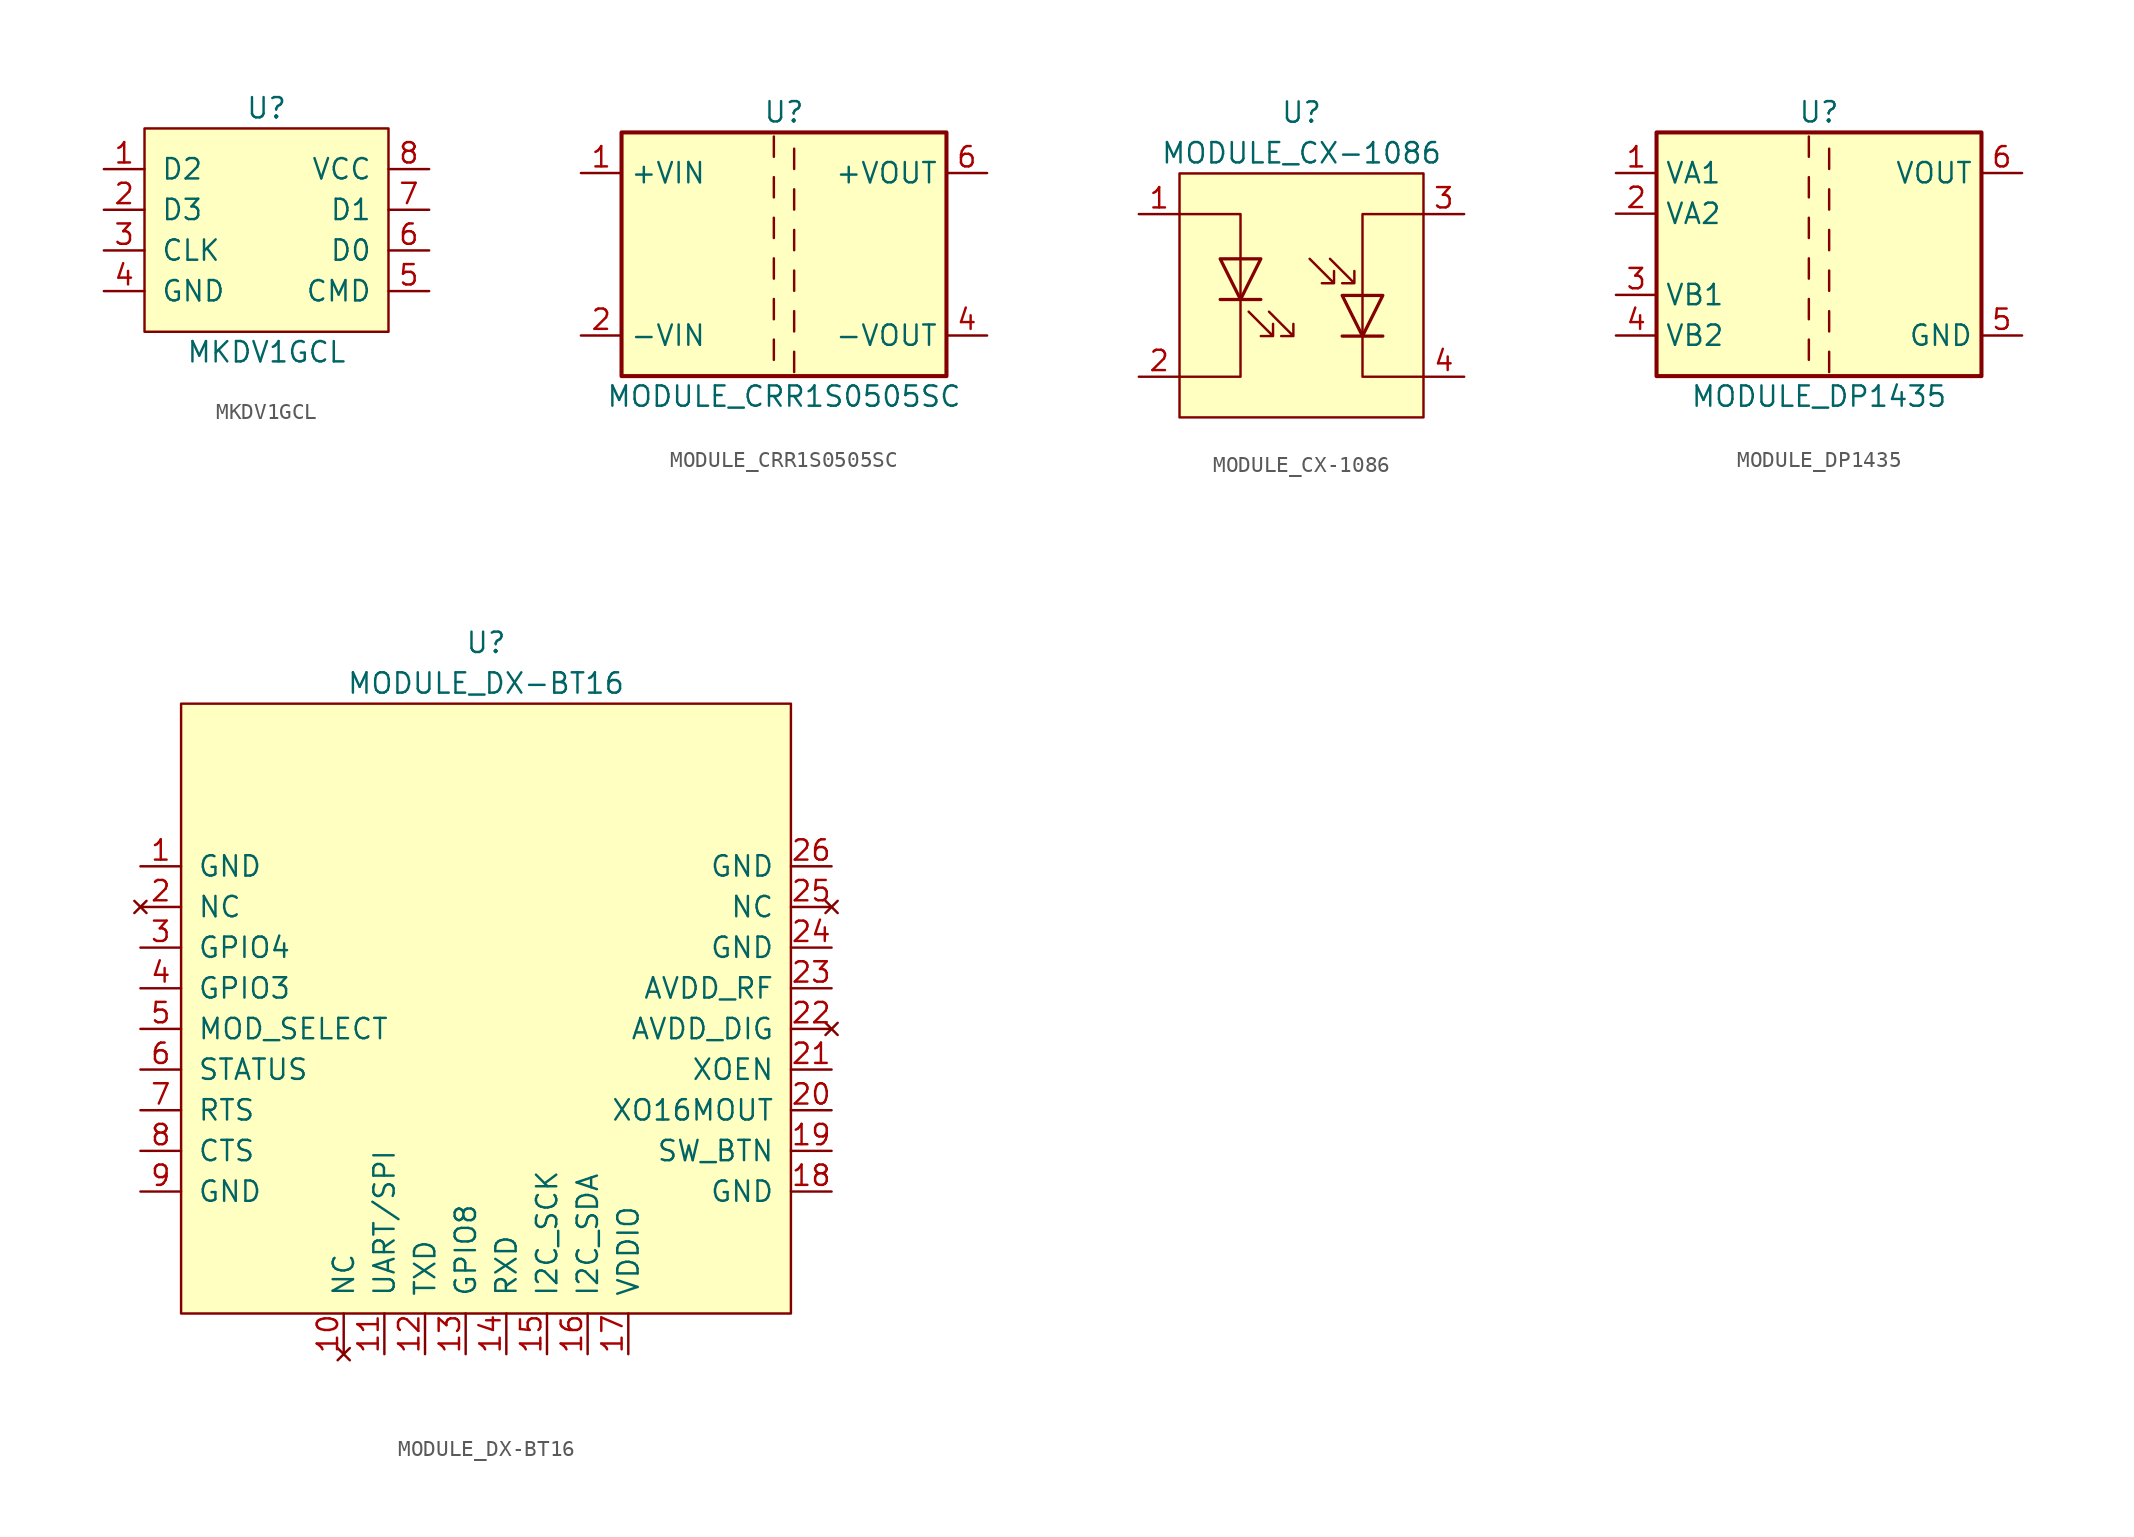
<source format=kicad_sym>
(kicad_symbol_lib
  (version 20211014)
  (generator kicad_symbol_editor)
  (symbol "MKDV1GCL"
    (pin_names
      (offset 1.016))
    (property "Reference" "U"
      (at 0 7.62 0)
      (effects (font (size 1.27 1.27))))
    (property "Value" "MKDV1GCL"
      (at 0 -7.62 0)
      (effects (font (size 1.27 1.27))))
    (symbol "MKDV1GCL_0_1"
      (rectangle (start 7.62 6.35) (end -7.62 -6.35) (stroke (width 0) (type default) (color 0 0 0 0)) (fill (type background))))
    (symbol "MKDV1GCL_1_1"
      (pin bidirectional line (at -10.16 3.81 0) (length 2.54) (name "D2" (effects (font (size 1.27 1.27)))) (number "1" (effects (font (size 1.27 1.27)))))
      (pin bidirectional line (at -10.16 1.27 0) (length 2.54) (name "D3" (effects (font (size 1.27 1.27)))) (number "2" (effects (font (size 1.27 1.27)))))
      (pin input line (at -10.16 -1.27 0) (length 2.54) (name "CLK" (effects (font (size 1.27 1.27)))) (number "3" (effects (font (size 1.27 1.27)))))
      (pin power_in line (at -10.16 -3.81 0) (length 2.54) (name "GND" (effects (font (size 1.27 1.27)))) (number "4" (effects (font (size 1.27 1.27)))))
      (pin bidirectional line (at 10.16 -3.81 180) (length 2.54) (name "CMD" (effects (font (size 1.27 1.27)))) (number "5" (effects (font (size 1.27 1.27)))))
      (pin bidirectional line (at 10.16 -1.27 180) (length 2.54) (name "D0" (effects (font (size 1.27 1.27)))) (number "6" (effects (font (size 1.27 1.27)))))
      (pin input line (at 10.16 1.27 180) (length 2.54) (name "D1" (effects (font (size 1.27 1.27)))) (number "7" (effects (font (size 1.27 1.27)))))
      (pin power_in line (at 10.16 3.81 180) (length 2.54) (name "VCC" (effects (font (size 1.27 1.27)))) (number "8" (effects (font (size 1.27 1.27)))))))
  (symbol "MODULE_CRR1S0505SC"
    (property "Reference" "U"
      (at 0 8.89 0)
      (effects (font (size 1.27 1.27))))
    (property "Value" "MODULE_CRR1S0505SC"
      (at 0 -8.89 0)
      (effects (font (size 1.27 1.27))))
    (symbol "MODULE_CRR1S0505SC_0_1"
      (rectangle (start -10.16 7.62) (end 10.16 -7.62) (stroke (width 0.254) (type default) (color 0 0 0 0)) (fill (type background)))
      (polyline (pts (xy -0.635 -5.334) (xy -0.635 -6.604)) (stroke (width 0) (type default) (color 0 0 0 0)) (fill (type none)))
      (polyline (pts (xy -0.635 -2.794) (xy -0.635 -4.064)) (stroke (width 0) (type default) (color 0 0 0 0)) (fill (type none)))
      (polyline (pts (xy -0.635 -0.254) (xy -0.635 -1.524)) (stroke (width 0) (type default) (color 0 0 0 0)) (fill (type none)))
      (polyline (pts (xy -0.635 2.286) (xy -0.635 1.016)) (stroke (width 0) (type default) (color 0 0 0 0)) (fill (type none)))
      (polyline (pts (xy -0.635 4.826) (xy -0.635 3.556)) (stroke (width 0) (type default) (color 0 0 0 0)) (fill (type none)))
      (polyline (pts (xy -0.635 7.366) (xy -0.635 6.096)) (stroke (width 0) (type default) (color 0 0 0 0)) (fill (type none)))
      (polyline (pts (xy 0.635 -7.366) (xy 0.635 -6.096)) (stroke (width 0) (type default) (color 0 0 0 0)) (fill (type none)))
      (polyline (pts (xy 0.635 -4.826) (xy 0.635 -3.556)) (stroke (width 0) (type default) (color 0 0 0 0)) (fill (type none)))
      (polyline (pts (xy 0.635 -2.286) (xy 0.635 -1.016)) (stroke (width 0) (type default) (color 0 0 0 0)) (fill (type none)))
      (polyline (pts (xy 0.635 0.254) (xy 0.635 1.524)) (stroke (width 0) (type default) (color 0 0 0 0)) (fill (type none)))
      (polyline (pts (xy 0.635 2.794) (xy 0.635 4.064)) (stroke (width 0) (type default) (color 0 0 0 0)) (fill (type none)))
      (polyline (pts (xy 0.635 5.334) (xy 0.635 6.604)) (stroke (width 0) (type default) (color 0 0 0 0)) (fill (type none))))
    (symbol "MODULE_CRR1S0505SC_1_1"
      (pin power_in line (at -12.7 5.08 0) (length 2.54) (name "+VIN" (effects (font (size 1.27 1.27)))) (number "1" (effects (font (size 1.27 1.27)))))
      (pin power_in line (at -12.7 -5.08 0) (length 2.54) (name "-VIN" (effects (font (size 1.27 1.27)))) (number "2" (effects (font (size 1.27 1.27)))))
      (pin power_out line (at 12.7 -5.08 180) (length 2.54) (name "-VOUT" (effects (font (size 1.27 1.27)))) (number "4" (effects (font (size 1.27 1.27)))))
      (pin power_out line (at 12.7 5.08 180) (length 2.54) (name "+VOUT" (effects (font (size 1.27 1.27)))) (number "6" (effects (font (size 1.27 1.27)))))))
  (symbol "MODULE_CX-1086"
    (pin_names
      (offset 0.025) hide)
    (property "Reference" "U"
      (at 0 11.43 0)
      (effects (font (size 1.27 1.27))))
    (property "Value" "MODULE_CX-1086"
      (at 0 8.89 0)
      (effects (font (size 1.27 1.27))))
    (symbol "MODULE_CX-1086_0_1"
      (rectangle (start -7.62 7.62) (end 7.62 -7.62) (stroke (width 0) (type default) (color 0 0 0 0)) (fill (type background)))
      (polyline (pts (xy -7.62 -5.08) (xy -3.81 -5.08) (xy -3.81 -0.254)) (stroke (width 0) (type default) (color 0 0 0 0)) (fill (type none)))
      (polyline (pts (xy -7.62 5.08) (xy -3.81 5.08) (xy -3.81 2.286)) (stroke (width 0) (type default) (color 0 0 0 0)) (fill (type none)))
      (polyline (pts (xy 7.62 -5.08) (xy 3.81 -5.08) (xy 3.81 -2.54)) (stroke (width 0) (type default) (color 0 0 0 0)) (fill (type none)))
      (polyline (pts (xy 7.62 5.08) (xy 3.81 5.08) (xy 3.81 0)) (stroke (width 0) (type default) (color 0 0 0 0)) (fill (type none))))
    (symbol "MODULE_CX-1086_1_1"
      (polyline (pts (xy -3.81 -0.254) (xy -3.81 2.286)) (stroke (width 0) (type default) (color 0 0 0 0)) (fill (type none)))
      (polyline (pts (xy -2.54 -0.254) (xy -5.08 -0.254)) (stroke (width 0.203) (type default) (color 0 0 0 0)) (fill (type none)))
      (polyline (pts (xy 3.81 -2.54) (xy 3.81 0)) (stroke (width 0) (type default) (color 0 0 0 0)) (fill (type none)))
      (polyline (pts (xy 5.08 -2.54) (xy 2.54 -2.54)) (stroke (width 0.203) (type default) (color 0 0 0 0)) (fill (type none)))
      (polyline (pts (xy -2.54 2.286) (xy -5.08 2.286) (xy -3.81 -0.254) (xy -2.54 2.286)) (stroke (width 0.203) (type default) (color 0 0 0 0)) (fill (type none)))
      (polyline (pts (xy 5.08 0) (xy 2.54 0) (xy 3.81 -2.54) (xy 5.08 0)) (stroke (width 0.203) (type default) (color 0 0 0 0)) (fill (type none)))
      (polyline (pts (xy -3.302 -1.016) (xy -1.778 -2.54) (xy -2.54 -2.54) (xy -1.778 -2.54) (xy -1.778 -1.778)) (stroke (width 0) (type default) (color 0 0 0 0)) (fill (type none)))
      (polyline (pts (xy -2.032 -1.016) (xy -0.508 -2.54) (xy -1.27 -2.54) (xy -0.508 -2.54) (xy -0.508 -1.778)) (stroke (width 0) (type default) (color 0 0 0 0)) (fill (type none)))
      (polyline (pts (xy 0.508 2.286) (xy 2.032 0.762) (xy 1.27 0.762) (xy 2.032 0.762) (xy 2.032 1.524)) (stroke (width 0) (type default) (color 0 0 0 0)) (fill (type none)))
      (polyline (pts (xy 1.778 2.286) (xy 3.302 0.762) (xy 2.54 0.762) (xy 3.302 0.762) (xy 3.302 1.524)) (stroke (width 0) (type default) (color 0 0 0 0)) (fill (type none)))
      (pin passive line (at -10.16 5.08 0) (length 2.54) (name "1" (effects (font (size 1.27 1.27)))) (number "1" (effects (font (size 1.27 1.27)))))
      (pin passive line (at -10.16 -5.08 0) (length 2.54) (name "2" (effects (font (size 1.27 1.27)))) (number "2" (effects (font (size 1.27 1.27)))))
      (pin passive line (at 10.16 5.08 180) (length 2.54) (name "3" (effects (font (size 1.27 1.27)))) (number "3" (effects (font (size 1.27 1.27)))))
      (pin passive line (at 10.16 -5.08 180) (length 2.54) (name "4" (effects (font (size 1.27 1.27)))) (number "4" (effects (font (size 1.27 1.27)))))))
  (symbol "MODULE_DP1435"
    (property "Reference" "U"
      (at 0 8.89 0)
      (effects (font (size 1.27 1.27))))
    (property "Value" "MODULE_DP1435"
      (at 0 -8.89 0)
      (effects (font (size 1.27 1.27))))
    (symbol "MODULE_DP1435_0_1"
      (rectangle (start -10.16 7.62) (end 10.16 -7.62) (stroke (width 0.254) (type default) (color 0 0 0 0)) (fill (type background)))
      (polyline (pts (xy -0.635 -5.334) (xy -0.635 -6.604)) (stroke (width 0) (type default) (color 0 0 0 0)) (fill (type none)))
      (polyline (pts (xy -0.635 -2.794) (xy -0.635 -4.064)) (stroke (width 0) (type default) (color 0 0 0 0)) (fill (type none)))
      (polyline (pts (xy -0.635 -0.254) (xy -0.635 -1.524)) (stroke (width 0) (type default) (color 0 0 0 0)) (fill (type none)))
      (polyline (pts (xy -0.635 2.286) (xy -0.635 1.016)) (stroke (width 0) (type default) (color 0 0 0 0)) (fill (type none)))
      (polyline (pts (xy -0.635 4.826) (xy -0.635 3.556)) (stroke (width 0) (type default) (color 0 0 0 0)) (fill (type none)))
      (polyline (pts (xy -0.635 7.366) (xy -0.635 6.096)) (stroke (width 0) (type default) (color 0 0 0 0)) (fill (type none)))
      (polyline (pts (xy 0.635 -7.366) (xy 0.635 -6.096)) (stroke (width 0) (type default) (color 0 0 0 0)) (fill (type none)))
      (polyline (pts (xy 0.635 -4.826) (xy 0.635 -3.556)) (stroke (width 0) (type default) (color 0 0 0 0)) (fill (type none)))
      (polyline (pts (xy 0.635 -2.286) (xy 0.635 -1.016)) (stroke (width 0) (type default) (color 0 0 0 0)) (fill (type none)))
      (polyline (pts (xy 0.635 0.254) (xy 0.635 1.524)) (stroke (width 0) (type default) (color 0 0 0 0)) (fill (type none)))
      (polyline (pts (xy 0.635 2.794) (xy 0.635 4.064)) (stroke (width 0) (type default) (color 0 0 0 0)) (fill (type none)))
      (polyline (pts (xy 0.635 5.334) (xy 0.635 6.604)) (stroke (width 0) (type default) (color 0 0 0 0)) (fill (type none))))
    (symbol "MODULE_DP1435_1_1"
      (pin power_in line (at -12.7 5.08 0) (length 2.54) (name "VA1" (effects (font (size 1.27 1.27)))) (number "1" (effects (font (size 1.27 1.27)))))
      (pin power_in line (at -12.7 2.54 0) (length 2.54) (name "VA2" (effects (font (size 1.27 1.27)))) (number "2" (effects (font (size 1.27 1.27)))))
      (pin power_in line (at -12.7 -2.54 0) (length 2.54) (name "VB1" (effects (font (size 1.27 1.27)))) (number "3" (effects (font (size 1.27 1.27)))))
      (pin power_in line (at -12.7 -5.08 0) (length 2.54) (name "VB2" (effects (font (size 1.27 1.27)))) (number "4" (effects (font (size 1.27 1.27)))))
      (pin power_out line (at 12.7 -5.08 180) (length 2.54) (name "GND" (effects (font (size 1.27 1.27)))) (number "5" (effects (font (size 1.27 1.27)))))
      (pin power_out line (at 12.7 5.08 180) (length 2.54) (name "VOUT" (effects (font (size 1.27 1.27)))) (number "6" (effects (font (size 1.27 1.27)))))))
  (symbol "MODULE_DX-BT16"
    (pin_names
      (offset 1.016))
    (property "Reference" "U"
      (at 0 22.86 0)
      (effects (font (size 1.27 1.27))))
    (property "Value" "MODULE_DX-BT16"
      (at 0 20.32 0)
      (effects (font (size 1.27 1.27))))
    (symbol "MODULE_DX-BT16_0_1"
      (rectangle (start -19.05 -19.05) (end 19.05 19.05) (stroke (width 0) (type default) (color 0 0 0 0)) (fill (type background))))
    (symbol "MODULE_DX-BT16_1_1"
      (pin power_in line (at -21.59 8.89 0) (length 2.54) (name "GND" (effects (font (size 1.27 1.27)))) (number "1" (effects (font (size 1.27 1.27)))))
      (pin no_connect line (at -8.89 -21.59 90) (length 2.54) (name "NC" (effects (font (size 1.27 1.27)))) (number "10" (effects (font (size 1.27 1.27)))))
      (pin input line (at -6.35 -21.59 90) (length 2.54) (name "UART/SPI" (effects (font (size 1.27 1.27)))) (number "11" (effects (font (size 1.27 1.27)))))
      (pin output line (at -3.81 -21.59 90) (length 2.54) (name "TXD" (effects (font (size 1.27 1.27)))) (number "12" (effects (font (size 1.27 1.27)))))
      (pin bidirectional line (at -1.27 -21.59 90) (length 2.54) (name "GPIO8" (effects (font (size 1.27 1.27)))) (number "13" (effects (font (size 1.27 1.27)))))
      (pin input line (at 1.27 -21.59 90) (length 2.54) (name "RXD" (effects (font (size 1.27 1.27)))) (number "14" (effects (font (size 1.27 1.27)))))
      (pin input line (at 3.81 -21.59 90) (length 2.54) (name "I2C_SCK" (effects (font (size 1.27 1.27)))) (number "15" (effects (font (size 1.27 1.27)))))
      (pin bidirectional line (at 6.35 -21.59 90) (length 2.54) (name "I2C_SDA" (effects (font (size 1.27 1.27)))) (number "16" (effects (font (size 1.27 1.27)))))
      (pin power_in line (at 8.89 -21.59 90) (length 2.54) (name "VDDIO" (effects (font (size 1.27 1.27)))) (number "17" (effects (font (size 1.27 1.27)))))
      (pin power_in line (at 21.59 -11.43 180) (length 2.54) (name "GND" (effects (font (size 1.27 1.27)))) (number "18" (effects (font (size 1.27 1.27)))))
      (pin input line (at 21.59 -8.89 180) (length 2.54) (name "SW_BTN" (effects (font (size 1.27 1.27)))) (number "19" (effects (font (size 1.27 1.27)))))
      (pin no_connect line (at -21.59 6.35 0) (length 2.54) (name "NC" (effects (font (size 1.27 1.27)))) (number "2" (effects (font (size 1.27 1.27)))))
      (pin output line (at 21.59 -6.35 180) (length 2.54) (name "XO16MOUT" (effects (font (size 1.27 1.27)))) (number "20" (effects (font (size 1.27 1.27)))))
      (pin input line (at 21.59 -3.81 180) (length 2.54) (name "XOEN" (effects (font (size 1.27 1.27)))) (number "21" (effects (font (size 1.27 1.27)))))
      (pin no_connect line (at 21.59 -1.27 180) (length 2.54) (name "AVDD_DIG" (effects (font (size 1.27 1.27)))) (number "22" (effects (font (size 1.27 1.27)))))
      (pin power_in line (at 21.59 1.27 180) (length 2.54) (name "AVDD_RF" (effects (font (size 1.27 1.27)))) (number "23" (effects (font (size 1.27 1.27)))))
      (pin power_in line (at 21.59 3.81 180) (length 2.54) (name "GND" (effects (font (size 1.27 1.27)))) (number "24" (effects (font (size 1.27 1.27)))))
      (pin no_connect line (at 21.59 6.35 180) (length 2.54) (name "NC" (effects (font (size 1.27 1.27)))) (number "25" (effects (font (size 1.27 1.27)))))
      (pin power_in line (at 21.59 8.89 180) (length 2.54) (name "GND" (effects (font (size 1.27 1.27)))) (number "26" (effects (font (size 1.27 1.27)))))
      (pin bidirectional line (at -21.59 3.81 0) (length 2.54) (name "GPIO4" (effects (font (size 1.27 1.27)))) (number "3" (effects (font (size 1.27 1.27)))))
      (pin bidirectional line (at -21.59 1.27 0) (length 2.54) (name "GPIO3" (effects (font (size 1.27 1.27)))) (number "4" (effects (font (size 1.27 1.27)))))
      (pin input line (at -21.59 -1.27 0) (length 2.54) (name "MOD_SELECT" (effects (font (size 1.27 1.27)))) (number "5" (effects (font (size 1.27 1.27)))))
      (pin output line (at -21.59 -3.81 0) (length 2.54) (name "STATUS" (effects (font (size 1.27 1.27)))) (number "6" (effects (font (size 1.27 1.27)))))
      (pin input line (at -21.59 -6.35 0) (length 2.54) (name "RTS" (effects (font (size 1.27 1.27)))) (number "7" (effects (font (size 1.27 1.27)))))
      (pin bidirectional line (at -21.59 -8.89 0) (length 2.54) (name "CTS" (effects (font (size 1.27 1.27)))) (number "8" (effects (font (size 1.27 1.27)))))
      (pin power_in line (at -21.59 -11.43 0) (length 2.54) (name "GND" (effects (font (size 1.27 1.27)))) (number "9" (effects (font (size 1.27 1.27))))))))
</source>
